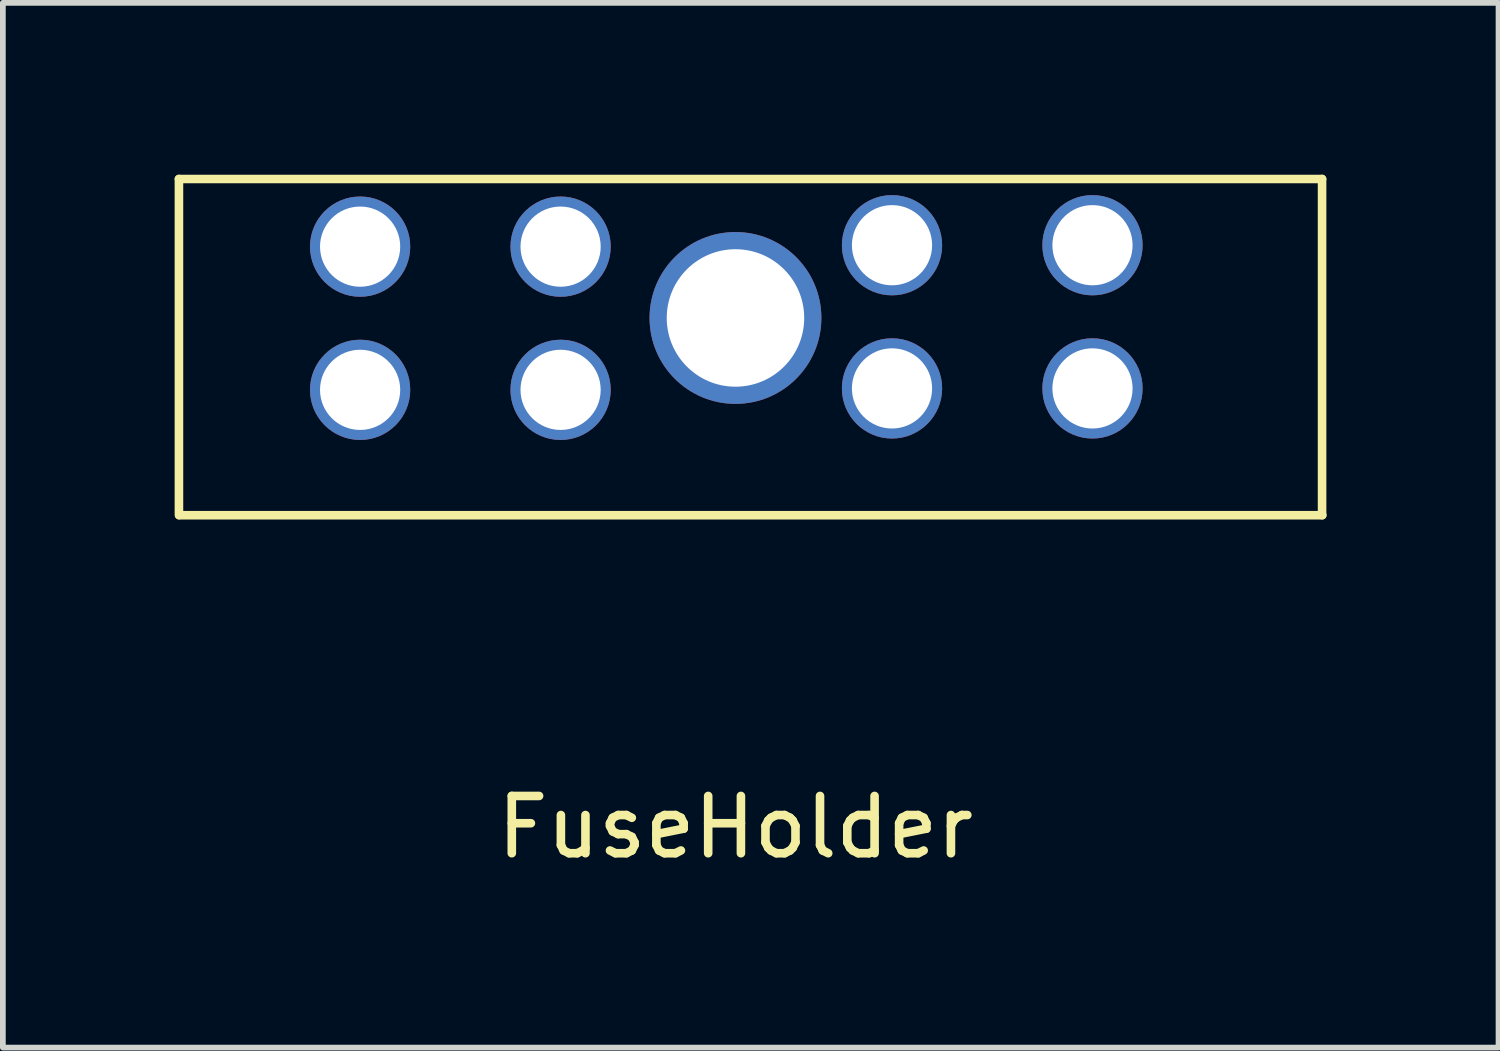
<source format=kicad_pcb>
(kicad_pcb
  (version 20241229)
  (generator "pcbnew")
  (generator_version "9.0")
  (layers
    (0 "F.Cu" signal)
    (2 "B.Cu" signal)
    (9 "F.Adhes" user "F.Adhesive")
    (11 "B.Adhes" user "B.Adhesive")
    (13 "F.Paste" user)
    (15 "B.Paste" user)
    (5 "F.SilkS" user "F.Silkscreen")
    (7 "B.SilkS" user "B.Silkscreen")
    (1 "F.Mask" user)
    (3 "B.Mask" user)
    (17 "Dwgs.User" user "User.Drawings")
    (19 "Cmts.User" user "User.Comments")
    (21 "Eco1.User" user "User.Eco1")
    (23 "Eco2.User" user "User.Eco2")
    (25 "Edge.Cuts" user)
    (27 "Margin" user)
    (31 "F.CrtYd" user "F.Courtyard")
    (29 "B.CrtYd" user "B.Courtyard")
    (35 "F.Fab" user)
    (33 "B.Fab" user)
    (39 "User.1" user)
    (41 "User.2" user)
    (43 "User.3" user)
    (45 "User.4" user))
  (footprint "FuseHolder"
    (layer "F.Cu")
    (at 9.79 2.501)
    (property "Reference" "FuseHolder" (at 0 8.89 0) (layer "F.SilkS") (effects (font (size 1 1) (thickness 0.15))))
    (attr through_hole)
    (fp_line (start -9.716 -2.426) (end 10.241 -2.426) (stroke (width 0.15) (type solid)) (layer "F.SilkS"))
    (fp_line (start -9.716 3.442) (end -9.716 -2.426) (stroke (width 0.15) (type solid)) (layer "F.SilkS"))
    (fp_line (start -9.71 3.444) (end 10.246 3.444) (stroke (width 0.15) (type solid)) (layer "F.SilkS"))
    (fp_line (start 10.241 3.442) (end 10.241 -2.426) (stroke (width 0.15) (type solid)) (layer "F.SilkS"))
    (pad "0" thru_hole circle (at 0 0) (size 3 3) (drill 2.4) (layers "*.Cu" "*.Mask"))
    (pad "12" thru_hole circle (at -6.553 1.255 90) (size 1.75 1.75) (drill 1.4) (layers "*.Cu" "*.Mask"))
    (pad "21" thru_hole circle (at -6.553 -1.245 90) (size 1.75 1.75) (drill 1.4) (layers "*.Cu" "*.Mask"))
    (pad "21" thru_hole circle (at -3.053 -1.245 90) (size 1.75 1.75) (drill 1.4) (layers "*.Cu" "*.Mask"))
    (pad "22" thru_hole circle (at -3.053 1.255 90) (size 1.75 1.75) (drill 1.4) (layers "*.Cu" "*.Mask"))
    (pad "31" thru_hole circle (at 2.733 -1.27 90) (size 1.75 1.75) (drill 1.4) (layers "*.Cu" "*.Mask"))
    (pad "32" thru_hole circle (at 2.733 1.23 90) (size 1.75 1.75) (drill 1.4) (layers "*.Cu" "*.Mask"))
    (pad "41" thru_hole circle (at 6.233 -1.27 90) (size 1.75 1.75) (drill 1.4) (layers "*.Cu" "*.Mask"))
    (pad "42" thru_hole circle (at 6.233 1.23 90) (size 1.75 1.75) (drill 1.4) (layers "*.Cu" "*.Mask")))
  (gr_rect
    (start -3 -3)
    (end 23.112 15.239)
    (stroke (width 0.1) (type default))
    (fill no)
    (layer "Edge.Cuts")))
</source>
